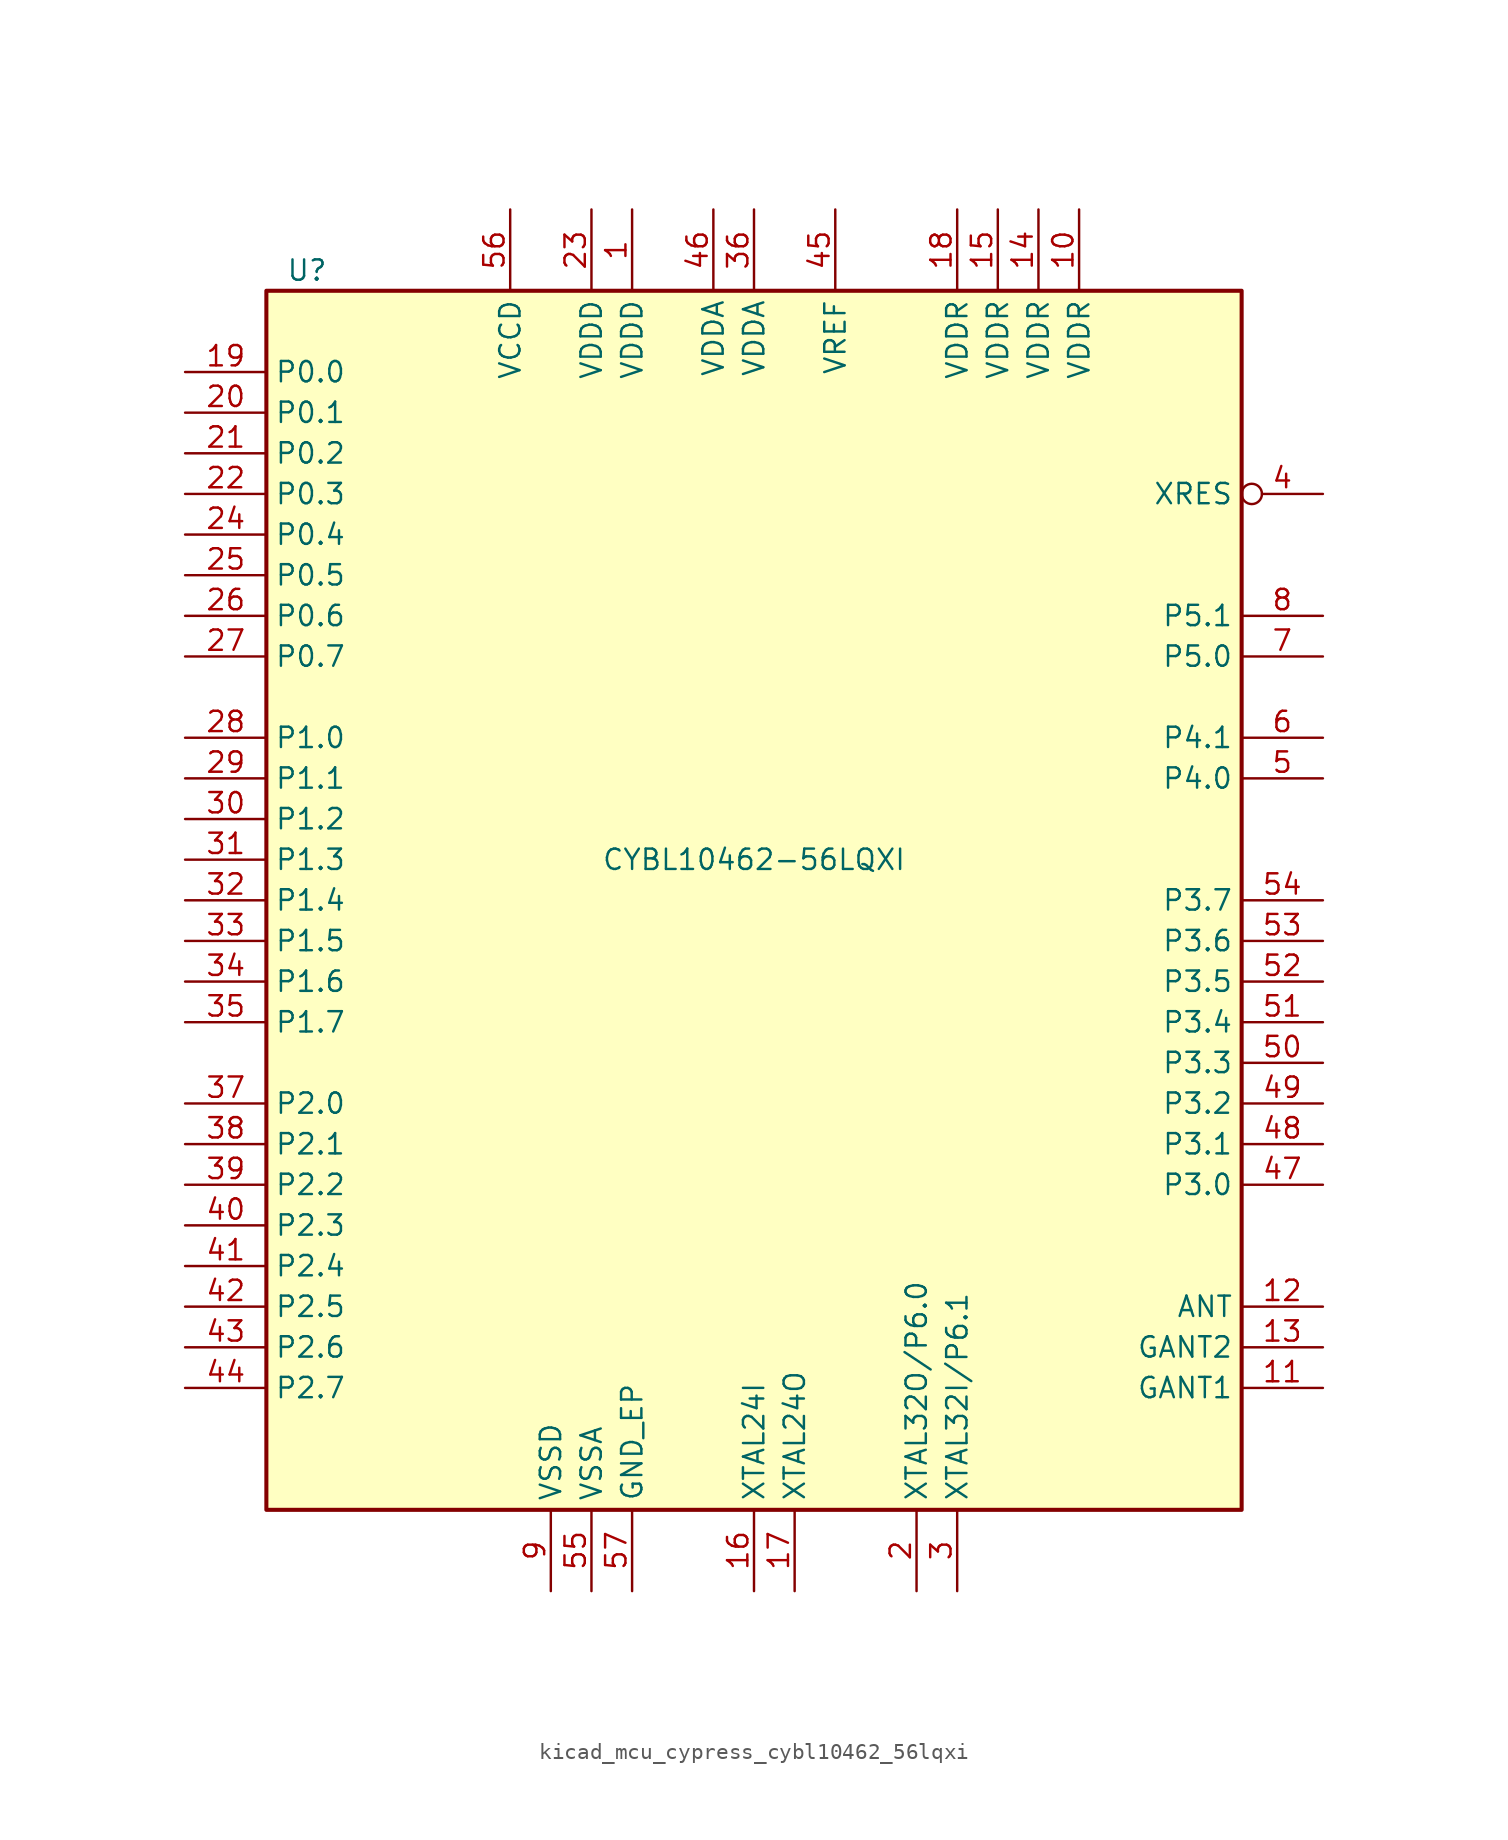
<source format=kicad_sym>
(kicad_symbol_lib
  (version 20220914)
  (generator kicad_symbol_editor)
  (symbol "kicad_mcu_cypress_cybl10462_56lqxi"
    (property "Reference" "U"
      (at -27.94 39.37 0)
      (effects (font (size 1.27 1.27))))
    (property "Value" "CYBL10462-56LQXI"
      (at 0 2.54 0)
      (effects (font (size 1.27 1.27))))
    (symbol "kicad_mcu_cypress_cybl10462_56lqxi_1_0"
      (rectangle (start -30.48 -38.1) (end 30.48 38.1) (stroke (width 0.254) (type default)) (fill (type background))))
    (symbol "kicad_mcu_cypress_cybl10462_56lqxi_1_1"
      (pin power_in line (at -7.62 43.18 270) (length 5.08) (name "VDDD" (effects (font (size 1.27 1.27)))) (number "1" (effects (font (size 1.27 1.27)))))
      (pin power_in line (at 20.32 43.18 270) (length 5.08) (name "VDDR" (effects (font (size 1.27 1.27)))) (number "10" (effects (font (size 1.27 1.27)))))
      (pin power_in line (at 35.56 -30.48 180) (length 5.08) (name "GANT1" (effects (font (size 1.27 1.27)))) (number "11" (effects (font (size 1.27 1.27)))))
      (pin output line (at 35.56 -25.4 180) (length 5.08) (name "ANT" (effects (font (size 1.27 1.27)))) (number "12" (effects (font (size 1.27 1.27)))))
      (pin power_in line (at 35.56 -27.94 180) (length 5.08) (name "GANT2" (effects (font (size 1.27 1.27)))) (number "13" (effects (font (size 1.27 1.27)))))
      (pin power_in line (at 17.78 43.18 270) (length 5.08) (name "VDDR" (effects (font (size 1.27 1.27)))) (number "14" (effects (font (size 1.27 1.27)))))
      (pin power_in line (at 15.24 43.18 270) (length 5.08) (name "VDDR" (effects (font (size 1.27 1.27)))) (number "15" (effects (font (size 1.27 1.27)))))
      (pin input line (at 0 -43.18 90) (length 5.08) (name "XTAL24I" (effects (font (size 1.27 1.27)))) (number "16" (effects (font (size 1.27 1.27)))))
      (pin output line (at 2.54 -43.18 90) (length 5.08) (name "XTAL24O" (effects (font (size 1.27 1.27)))) (number "17" (effects (font (size 1.27 1.27)))))
      (pin power_in line (at 12.7 43.18 270) (length 5.08) (name "VDDR" (effects (font (size 1.27 1.27)))) (number "18" (effects (font (size 1.27 1.27)))))
      (pin bidirectional line (at -35.56 33.02 0) (length 5.08) (name "P0.0" (effects (font (size 1.27 1.27)))) (number "19" (effects (font (size 1.27 1.27)))))
      (pin bidirectional line (at 10.16 -43.18 90) (length 5.08) (name "XTAL32O/P6.0" (effects (font (size 1.27 1.27)))) (number "2" (effects (font (size 1.27 1.27)))))
      (pin bidirectional line (at -35.56 30.48 0) (length 5.08) (name "P0.1" (effects (font (size 1.27 1.27)))) (number "20" (effects (font (size 1.27 1.27)))))
      (pin bidirectional line (at -35.56 27.94 0) (length 5.08) (name "P0.2" (effects (font (size 1.27 1.27)))) (number "21" (effects (font (size 1.27 1.27)))))
      (pin bidirectional line (at -35.56 25.4 0) (length 5.08) (name "P0.3" (effects (font (size 1.27 1.27)))) (number "22" (effects (font (size 1.27 1.27)))))
      (pin power_in line (at -10.16 43.18 270) (length 5.08) (name "VDDD" (effects (font (size 1.27 1.27)))) (number "23" (effects (font (size 1.27 1.27)))))
      (pin bidirectional line (at -35.56 22.86 0) (length 5.08) (name "P0.4" (effects (font (size 1.27 1.27)))) (number "24" (effects (font (size 1.27 1.27)))))
      (pin bidirectional line (at -35.56 20.32 0) (length 5.08) (name "P0.5" (effects (font (size 1.27 1.27)))) (number "25" (effects (font (size 1.27 1.27)))))
      (pin bidirectional line (at -35.56 17.78 0) (length 5.08) (name "P0.6" (effects (font (size 1.27 1.27)))) (number "26" (effects (font (size 1.27 1.27)))))
      (pin bidirectional line (at -35.56 15.24 0) (length 5.08) (name "P0.7" (effects (font (size 1.27 1.27)))) (number "27" (effects (font (size 1.27 1.27)))))
      (pin bidirectional line (at -35.56 10.16 0) (length 5.08) (name "P1.0" (effects (font (size 1.27 1.27)))) (number "28" (effects (font (size 1.27 1.27)))))
      (pin bidirectional line (at -35.56 7.62 0) (length 5.08) (name "P1.1" (effects (font (size 1.27 1.27)))) (number "29" (effects (font (size 1.27 1.27)))))
      (pin bidirectional line (at 12.7 -43.18 90) (length 5.08) (name "XTAL32I/P6.1" (effects (font (size 1.27 1.27)))) (number "3" (effects (font (size 1.27 1.27)))))
      (pin bidirectional line (at -35.56 5.08 0) (length 5.08) (name "P1.2" (effects (font (size 1.27 1.27)))) (number "30" (effects (font (size 1.27 1.27)))))
      (pin bidirectional line (at -35.56 2.54 0) (length 5.08) (name "P1.3" (effects (font (size 1.27 1.27)))) (number "31" (effects (font (size 1.27 1.27)))))
      (pin bidirectional line (at -35.56 0 0) (length 5.08) (name "P1.4" (effects (font (size 1.27 1.27)))) (number "32" (effects (font (size 1.27 1.27)))))
      (pin bidirectional line (at -35.56 -2.54 0) (length 5.08) (name "P1.5" (effects (font (size 1.27 1.27)))) (number "33" (effects (font (size 1.27 1.27)))))
      (pin bidirectional line (at -35.56 -5.08 0) (length 5.08) (name "P1.6" (effects (font (size 1.27 1.27)))) (number "34" (effects (font (size 1.27 1.27)))))
      (pin bidirectional line (at -35.56 -7.62 0) (length 5.08) (name "P1.7" (effects (font (size 1.27 1.27)))) (number "35" (effects (font (size 1.27 1.27)))))
      (pin power_in line (at 0 43.18 270) (length 5.08) (name "VDDA" (effects (font (size 1.27 1.27)))) (number "36" (effects (font (size 1.27 1.27)))))
      (pin bidirectional line (at -35.56 -12.7 0) (length 5.08) (name "P2.0" (effects (font (size 1.27 1.27)))) (number "37" (effects (font (size 1.27 1.27)))))
      (pin bidirectional line (at -35.56 -15.24 0) (length 5.08) (name "P2.1" (effects (font (size 1.27 1.27)))) (number "38" (effects (font (size 1.27 1.27)))))
      (pin bidirectional line (at -35.56 -17.78 0) (length 5.08) (name "P2.2" (effects (font (size 1.27 1.27)))) (number "39" (effects (font (size 1.27 1.27)))))
      (pin input inverted (at 35.56 25.4 180) (length 5.08) (name "XRES" (effects (font (size 1.27 1.27)))) (number "4" (effects (font (size 1.27 1.27)))))
      (pin bidirectional line (at -35.56 -20.32 0) (length 5.08) (name "P2.3" (effects (font (size 1.27 1.27)))) (number "40" (effects (font (size 1.27 1.27)))))
      (pin bidirectional line (at -35.56 -22.86 0) (length 5.08) (name "P2.4" (effects (font (size 1.27 1.27)))) (number "41" (effects (font (size 1.27 1.27)))))
      (pin bidirectional line (at -35.56 -25.4 0) (length 5.08) (name "P2.5" (effects (font (size 1.27 1.27)))) (number "42" (effects (font (size 1.27 1.27)))))
      (pin bidirectional line (at -35.56 -27.94 0) (length 5.08) (name "P2.6" (effects (font (size 1.27 1.27)))) (number "43" (effects (font (size 1.27 1.27)))))
      (pin bidirectional line (at -35.56 -30.48 0) (length 5.08) (name "P2.7" (effects (font (size 1.27 1.27)))) (number "44" (effects (font (size 1.27 1.27)))))
      (pin passive line (at 5.08 43.18 270) (length 5.08) (name "VREF" (effects (font (size 1.27 1.27)))) (number "45" (effects (font (size 1.27 1.27)))))
      (pin power_in line (at -2.54 43.18 270) (length 5.08) (name "VDDA" (effects (font (size 1.27 1.27)))) (number "46" (effects (font (size 1.27 1.27)))))
      (pin bidirectional line (at 35.56 -17.78 180) (length 5.08) (name "P3.0" (effects (font (size 1.27 1.27)))) (number "47" (effects (font (size 1.27 1.27)))))
      (pin bidirectional line (at 35.56 -15.24 180) (length 5.08) (name "P3.1" (effects (font (size 1.27 1.27)))) (number "48" (effects (font (size 1.27 1.27)))))
      (pin bidirectional line (at 35.56 -12.7 180) (length 5.08) (name "P3.2" (effects (font (size 1.27 1.27)))) (number "49" (effects (font (size 1.27 1.27)))))
      (pin bidirectional line (at 35.56 7.62 180) (length 5.08) (name "P4.0" (effects (font (size 1.27 1.27)))) (number "5" (effects (font (size 1.27 1.27)))))
      (pin bidirectional line (at 35.56 -10.16 180) (length 5.08) (name "P3.3" (effects (font (size 1.27 1.27)))) (number "50" (effects (font (size 1.27 1.27)))))
      (pin bidirectional line (at 35.56 -7.62 180) (length 5.08) (name "P3.4" (effects (font (size 1.27 1.27)))) (number "51" (effects (font (size 1.27 1.27)))))
      (pin bidirectional line (at 35.56 -5.08 180) (length 5.08) (name "P3.5" (effects (font (size 1.27 1.27)))) (number "52" (effects (font (size 1.27 1.27)))))
      (pin bidirectional line (at 35.56 -2.54 180) (length 5.08) (name "P3.6" (effects (font (size 1.27 1.27)))) (number "53" (effects (font (size 1.27 1.27)))))
      (pin bidirectional line (at 35.56 0 180) (length 5.08) (name "P3.7" (effects (font (size 1.27 1.27)))) (number "54" (effects (font (size 1.27 1.27)))))
      (pin power_in line (at -10.16 -43.18 90) (length 5.08) (name "VSSA" (effects (font (size 1.27 1.27)))) (number "55" (effects (font (size 1.27 1.27)))))
      (pin power_out line (at -15.24 43.18 270) (length 5.08) (name "VCCD" (effects (font (size 1.27 1.27)))) (number "56" (effects (font (size 1.27 1.27)))))
      (pin power_in line (at -7.62 -43.18 90) (length 5.08) (name "GND_EP" (effects (font (size 1.27 1.27)))) (number "57" (effects (font (size 1.27 1.27)))))
      (pin bidirectional line (at 35.56 10.16 180) (length 5.08) (name "P4.1" (effects (font (size 1.27 1.27)))) (number "6" (effects (font (size 1.27 1.27)))))
      (pin bidirectional line (at 35.56 15.24 180) (length 5.08) (name "P5.0" (effects (font (size 1.27 1.27)))) (number "7" (effects (font (size 1.27 1.27)))))
      (pin bidirectional line (at 35.56 17.78 180) (length 5.08) (name "P5.1" (effects (font (size 1.27 1.27)))) (number "8" (effects (font (size 1.27 1.27)))))
      (pin power_in line (at -12.7 -43.18 90) (length 5.08) (name "VSSD" (effects (font (size 1.27 1.27)))) (number "9" (effects (font (size 1.27 1.27))))))))
</source>
